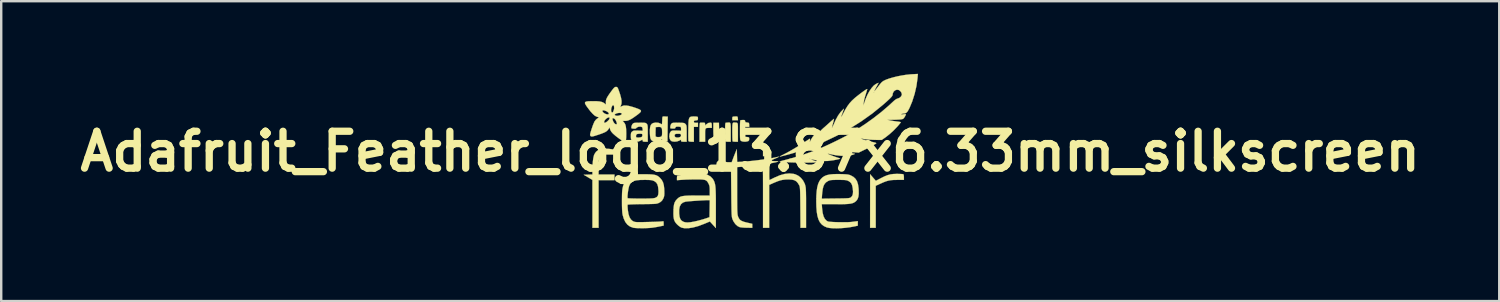
<source format=kicad_pcb>
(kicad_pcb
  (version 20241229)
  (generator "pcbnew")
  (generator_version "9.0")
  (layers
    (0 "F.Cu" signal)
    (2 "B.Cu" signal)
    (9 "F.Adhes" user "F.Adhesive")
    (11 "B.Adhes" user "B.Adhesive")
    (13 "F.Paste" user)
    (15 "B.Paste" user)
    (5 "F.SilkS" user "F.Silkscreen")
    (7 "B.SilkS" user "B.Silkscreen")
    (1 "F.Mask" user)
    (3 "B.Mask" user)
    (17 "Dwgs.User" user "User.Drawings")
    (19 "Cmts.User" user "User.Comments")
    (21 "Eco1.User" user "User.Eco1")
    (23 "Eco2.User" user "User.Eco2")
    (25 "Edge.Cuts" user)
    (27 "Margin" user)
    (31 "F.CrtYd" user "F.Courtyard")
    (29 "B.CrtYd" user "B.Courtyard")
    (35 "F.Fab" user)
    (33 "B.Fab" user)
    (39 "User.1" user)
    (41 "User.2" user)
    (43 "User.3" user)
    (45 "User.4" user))
  (footprint "Adafruit_Feather_logo_13.87x6.33mm_silkscreen"
    (layer "F.Cu")
    (at 27.947 3.208)
    (property "Reference" "Adafruit_Feather_logo_13.87x6.33mm_silkscreen" (at 0 0 0) (layer "F.SilkS") (effects (font (size 1.524 1.524) (thickness 0.3))))
    (attr exclude_from_pos_files exclude_from_bom)
    (fp_poly (pts (xy 0.783 0.019) (xy 0.782 0.09) (xy 0.771 0.132) (xy 0.742 0.157) (xy 0.687 0.171) (xy 0.627 0.181) (xy 0.529 0.195) (xy 0.529 -0.106) (xy 0.783 -0.106) (xy 0.783 0.019)) (stroke (width 0.01) (type solid)) (fill yes) (layer "F.SilkS"))
    (fp_poly (pts (xy -0.536 -1.444) (xy -0.519 -1.42) (xy -0.512 -1.371) (xy -0.505 -1.291) (xy -0.741 -1.291) (xy -0.741 -1.365) (xy -0.737 -1.415) (xy -0.718 -1.437) (xy -0.683 -1.442) (xy -0.616 -1.445) (xy -0.572 -1.447) (xy -0.536 -1.444)) (stroke (width 0.01) (type solid)) (fill yes) (layer "F.SilkS"))
    (fp_poly (pts (xy -0.635 -1.195) (xy -0.59 -1.193) (xy -0.558 -1.189) (xy -0.535 -1.178) (xy -0.52 -1.154) (xy -0.512 -1.111) (xy -0.509 -1.044) (xy -0.508 -0.946) (xy -0.508 -0.813) (xy -0.508 -0.794) (xy -0.508 -0.402) (xy -0.61 -0.402) (xy -0.673 -0.405) (xy -0.717 -0.412) (xy -0.727 -0.416) (xy -0.731 -0.441) (xy -0.735 -0.501) (xy -0.738 -0.589) (xy -0.74 -0.699) (xy -0.741 -0.806) (xy -0.741 -0.944) (xy -0.739 -1.045) (xy -0.734 -1.116) (xy -0.725 -1.16) (xy -0.711 -1.185) (xy -0.688 -1.195) (xy -0.657 -1.196) (xy -0.635 -1.195)) (stroke (width 0.01) (type solid)) (fill yes) (layer "F.SilkS"))
    (fp_poly (pts (xy -1.614 -1.188) (xy -1.596 -1.166) (xy -1.588 -1.104) (xy -1.587 -1.079) (xy -1.587 -0.974) (xy -1.692 -0.974) (xy -1.759 -0.973) (xy -1.806 -0.968) (xy -1.836 -0.95) (xy -1.853 -0.914) (xy -1.861 -0.854) (xy -1.863 -0.762) (xy -1.863 -0.675) (xy -1.863 -0.402) (xy -2.095 -0.402) (xy -2.095 -0.794) (xy -2.095 -0.94) (xy -2.092 -1.047) (xy -2.088 -1.122) (xy -2.082 -1.166) (xy -2.073 -1.186) (xy -2.069 -1.188) (xy -2.02 -1.19) (xy -1.956 -1.19) (xy -1.902 -1.189) (xy -1.889 -1.188) (xy -1.87 -1.168) (xy -1.863 -1.128) (xy -1.863 -1.072) (xy -1.803 -1.129) (xy -1.73 -1.177) (xy -1.645 -1.191) (xy -1.614 -1.188)) (stroke (width 0.01) (type solid)) (fill yes) (layer "F.SilkS"))
    (fp_poly (pts (xy 6.08 0.926) (xy 6.175 0.928) (xy 6.255 0.932) (xy 6.309 0.937) (xy 6.328 0.942) (xy 6.341 0.969) (xy 6.348 1.024) (xy 6.35 1.065) (xy 6.35 1.175) (xy 6.07 1.175) (xy 5.932 1.177) (xy 5.817 1.186) (xy 5.715 1.204) (xy 5.612 1.233) (xy 5.496 1.278) (xy 5.356 1.341) (xy 5.35 1.343) (xy 5.186 1.419) (xy 5.186 3.154) (xy 4.953 3.154) (xy 4.954 2.048) (xy 4.954 0.942) (xy 5.01 1.005) (xy 5.061 1.064) (xy 5.117 1.129) (xy 5.128 1.141) (xy 5.191 1.213) (xy 5.395 1.106) (xy 5.541 1.033) (xy 5.667 0.982) (xy 5.784 0.949) (xy 5.905 0.932) (xy 6.044 0.926) (xy 6.08 0.926)) (stroke (width 0.01) (type solid)) (fill yes) (layer "F.SilkS"))
    (fp_poly (pts (xy -2.232 -1.442) (xy -2.228 -1.442) (xy -2.182 -1.436) (xy -2.163 -1.415) (xy -2.159 -1.366) (xy -2.159 -1.365) (xy -2.164 -1.313) (xy -2.184 -1.292) (xy -2.201 -1.289) (xy -2.247 -1.284) (xy -2.265 -1.281) (xy -2.306 -1.273) (xy -2.307 -1.273) (xy -2.324 -1.253) (xy -2.328 -1.228) (xy -2.321 -1.2) (xy -2.293 -1.188) (xy -2.244 -1.185) (xy -2.159 -1.185) (xy -2.159 -1.016) (xy -2.328 -1.016) (xy -2.328 -0.402) (xy -2.435 -0.402) (xy -2.51 -0.408) (xy -2.548 -0.425) (xy -2.553 -0.433) (xy -2.556 -0.462) (xy -2.558 -0.528) (xy -2.56 -0.622) (xy -2.56 -0.738) (xy -2.558 -0.869) (xy -2.558 -0.909) (xy -2.555 -1.074) (xy -2.551 -1.203) (xy -2.542 -1.298) (xy -2.525 -1.365) (xy -2.499 -1.409) (xy -2.459 -1.434) (xy -2.403 -1.444) (xy -2.329 -1.446) (xy -2.232 -1.442)) (stroke (width 0.01) (type solid)) (fill yes) (layer "F.SilkS"))
    (fp_poly (pts (xy -5.858 -0.109) (xy -5.827 -0.106) (xy -5.726 -0.093) (xy -5.63 -0.078) (xy -5.554 -0.065) (xy -5.53 -0.059) (xy -5.474 -0.043) (xy -5.448 -0.022) (xy -5.44 0.017) (xy -5.44 0.045) (xy -5.44 0.127) (xy -5.776 0.127) (xy -5.904 0.127) (xy -5.997 0.129) (xy -6.062 0.133) (xy -6.106 0.14) (xy -6.137 0.151) (xy -6.162 0.166) (xy -6.167 0.17) (xy -6.203 0.207) (xy -6.229 0.257) (xy -6.247 0.326) (xy -6.259 0.42) (xy -6.264 0.546) (xy -6.265 0.661) (xy -6.265 0.953) (xy -5.609 0.953) (xy -5.609 1.185) (xy -6.265 1.185) (xy -6.265 3.154) (xy -6.519 3.154) (xy -6.52 1.175) (xy -6.88 0.963) (xy -6.519 0.951) (xy -6.519 0.756) (xy -6.514 0.575) (xy -6.502 0.412) (xy -6.483 0.273) (xy -6.458 0.165) (xy -6.436 0.109) (xy -6.37 0.012) (xy -6.283 -0.057) (xy -6.17 -0.1) (xy -6.03 -0.117) (xy -5.858 -0.109)) (stroke (width 0.01) (type solid)) (fill yes) (layer "F.SilkS"))
    (fp_poly (pts (xy -0.252 -1.3) (xy -0.223 -1.289) (xy -0.212 -1.266) (xy -0.212 -1.255) (xy -0.2 -1.215) (xy -0.18 -1.204) (xy -0.137 -1.198) (xy -0.127 -1.196) (xy -0.087 -1.189) (xy -0.074 -1.188) (xy -0.052 -1.171) (xy -0.043 -1.119) (xy -0.042 -1.101) (xy -0.042 -1.016) (xy -0.213 -1.016) (xy -0.207 -0.81) (xy -0.201 -0.603) (xy -0.122 -0.597) (xy -0.07 -0.589) (xy -0.047 -0.57) (xy -0.042 -0.528) (xy -0.042 -0.517) (xy -0.049 -0.462) (xy -0.076 -0.432) (xy -0.097 -0.423) (xy -0.174 -0.406) (xy -0.26 -0.404) (xy -0.337 -0.417) (xy -0.376 -0.435) (xy -0.392 -0.448) (xy -0.404 -0.464) (xy -0.413 -0.491) (xy -0.418 -0.533) (xy -0.421 -0.596) (xy -0.423 -0.688) (xy -0.423 -0.813) (xy -0.423 -0.88) (xy -0.423 -1.03) (xy -0.421 -1.141) (xy -0.417 -1.219) (xy -0.411 -1.268) (xy -0.402 -1.29) (xy -0.397 -1.294) (xy -0.307 -1.301) (xy -0.252 -1.3)) (stroke (width 0.01) (type solid)) (fill yes) (layer "F.SilkS"))
    (fp_poly (pts (xy -0.851 -1.194) (xy -0.83 -1.18) (xy -0.817 -1.149) (xy -0.809 -1.097) (xy -0.805 -1.017) (xy -0.804 -0.905) (xy -0.804 -0.791) (xy -0.804 -0.402) (xy -0.921 -0.402) (xy -0.987 -0.404) (xy -1.022 -0.411) (xy -1.035 -0.429) (xy -1.037 -0.454) (xy -1.037 -0.507) (xy -1.114 -0.454) (xy -1.207 -0.413) (xy -1.309 -0.403) (xy -1.405 -0.424) (xy -1.418 -0.429) (xy -1.456 -0.454) (xy -1.484 -0.487) (xy -1.503 -0.535) (xy -1.515 -0.605) (xy -1.521 -0.703) (xy -1.524 -0.835) (xy -1.524 -0.873) (xy -1.524 -1.185) (xy -1.292 -1.185) (xy -1.286 -0.894) (xy -1.281 -0.603) (xy -1.209 -0.596) (xy -1.143 -0.595) (xy -1.087 -0.602) (xy -1.067 -0.608) (xy -1.053 -0.62) (xy -1.045 -0.645) (xy -1.04 -0.689) (xy -1.038 -0.759) (xy -1.037 -0.863) (xy -1.037 -0.9) (xy -1.036 -1.023) (xy -1.033 -1.108) (xy -1.026 -1.16) (xy -1.017 -1.184) (xy -1.011 -1.187) (xy -0.971 -1.19) (xy -0.921 -1.194) (xy -0.881 -1.197) (xy -0.851 -1.194)) (stroke (width 0.01) (type solid)) (fill yes) (layer "F.SilkS"))
    (fp_poly (pts (xy -3.577 -1.447) (xy -3.513 -1.444) (xy -3.466 -1.442) (xy -3.407 -1.439) (xy -3.413 -0.926) (xy -3.418 -0.413) (xy -3.53 -0.406) (xy -3.594 -0.404) (xy -3.627 -0.409) (xy -3.639 -0.427) (xy -3.641 -0.453) (xy -3.641 -0.507) (xy -3.718 -0.454) (xy -3.809 -0.414) (xy -3.913 -0.403) (xy -4.01 -0.422) (xy -4.011 -0.422) (xy -4.064 -0.451) (xy -4.1 -0.49) (xy -4.124 -0.549) (xy -4.138 -0.635) (xy -4.145 -0.742) (xy -3.913 -0.742) (xy -3.912 -0.671) (xy -3.908 -0.627) (xy -3.907 -0.621) (xy -3.88 -0.603) (xy -3.827 -0.594) (xy -3.763 -0.595) (xy -3.704 -0.605) (xy -3.682 -0.615) (xy -3.661 -0.631) (xy -3.648 -0.661) (xy -3.642 -0.712) (xy -3.641 -0.795) (xy -3.641 -0.804) (xy -3.644 -0.903) (xy -3.659 -0.966) (xy -3.69 -1.001) (xy -3.743 -1.014) (xy -3.816 -1.012) (xy -3.905 -1.005) (xy -3.911 -0.827) (xy -3.913 -0.742) (xy -4.145 -0.742) (xy -4.145 -0.751) (xy -4.146 -0.899) (xy -4.135 -1.01) (xy -4.109 -1.09) (xy -4.066 -1.144) (xy -4.003 -1.176) (xy -3.917 -1.192) (xy -3.909 -1.193) (xy -3.802 -1.187) (xy -3.73 -1.161) (xy -3.681 -1.137) (xy -3.651 -1.123) (xy -3.648 -1.122) (xy -3.644 -1.141) (xy -3.641 -1.193) (xy -3.637 -1.266) (xy -3.636 -1.286) (xy -3.633 -1.368) (xy -3.627 -1.417) (xy -3.616 -1.44) (xy -3.597 -1.447) (xy -3.577 -1.447)) (stroke (width 0.01) (type solid)) (fill yes) (layer "F.SilkS"))
    (fp_poly (pts (xy -2.946 -1.187) (xy -2.921 -1.187) (xy -2.826 -1.184) (xy -2.763 -1.179) (xy -2.722 -1.169) (xy -2.694 -1.152) (xy -2.672 -1.13) (xy -2.654 -1.108) (xy -2.642 -1.083) (xy -2.633 -1.048) (xy -2.628 -0.996) (xy -2.626 -0.919) (xy -2.625 -0.811) (xy -2.625 -0.74) (xy -2.625 -0.402) (xy -2.741 -0.402) (xy -2.808 -0.404) (xy -2.843 -0.412) (xy -2.856 -0.43) (xy -2.857 -0.445) (xy -2.857 -0.487) (xy -2.937 -0.445) (xy -3.021 -0.415) (xy -3.119 -0.404) (xy -3.21 -0.413) (xy -3.252 -0.427) (xy -3.302 -0.472) (xy -3.332 -0.54) (xy -3.344 -0.622) (xy -3.343 -0.632) (xy -3.124 -0.632) (xy -3.094 -0.595) (xy -3.039 -0.575) (xy -2.967 -0.577) (xy -2.91 -0.593) (xy -2.87 -0.618) (xy -2.86 -0.659) (xy -2.861 -0.672) (xy -2.869 -0.708) (xy -2.891 -0.725) (xy -2.937 -0.731) (xy -2.963 -0.731) (xy -3.041 -0.73) (xy -3.086 -0.721) (xy -3.111 -0.703) (xy -3.12 -0.685) (xy -3.124 -0.632) (xy -3.343 -0.632) (xy -3.337 -0.707) (xy -3.313 -0.782) (xy -3.271 -0.837) (xy -3.23 -0.859) (xy -3.184 -0.864) (xy -3.111 -0.866) (xy -3.026 -0.865) (xy -3.018 -0.864) (xy -2.857 -0.857) (xy -2.857 -0.937) (xy -2.864 -0.993) (xy -2.882 -1.018) (xy -2.884 -1.018) (xy -2.923 -1.021) (xy -2.974 -1.026) (xy -3.047 -1.025) (xy -3.084 -1.005) (xy -3.09 -0.982) (xy -3.106 -0.954) (xy -3.117 -0.95) (xy -3.158 -0.948) (xy -3.216 -0.948) (xy -3.267 -0.949) (xy -3.286 -0.95) (xy -3.301 -0.971) (xy -3.303 -1.016) (xy -3.294 -1.071) (xy -3.275 -1.121) (xy -3.26 -1.143) (xy -3.238 -1.163) (xy -3.215 -1.176) (xy -3.182 -1.184) (xy -3.131 -1.188) (xy -3.055 -1.189) (xy -2.946 -1.187)) (stroke (width 0.01) (type solid)) (fill yes) (layer "F.SilkS"))
    (fp_poly (pts (xy -4.421 -1.188) (xy -4.364 -1.184) (xy -4.326 -1.177) (xy -4.3 -1.164) (xy -4.279 -1.146) (xy -4.276 -1.143) (xy -4.26 -1.124) (xy -4.249 -1.1) (xy -4.241 -1.063) (xy -4.236 -1.006) (xy -4.234 -0.924) (xy -4.233 -0.809) (xy -4.233 -0.751) (xy -4.233 -0.402) (xy -4.339 -0.402) (xy -4.403 -0.404) (xy -4.434 -0.414) (xy -4.445 -0.435) (xy -4.445 -0.445) (xy -4.447 -0.475) (xy -4.461 -0.484) (xy -4.494 -0.469) (xy -4.534 -0.445) (xy -4.618 -0.412) (xy -4.714 -0.401) (xy -4.805 -0.413) (xy -4.876 -0.446) (xy -4.906 -0.474) (xy -4.923 -0.506) (xy -4.93 -0.555) (xy -4.932 -0.633) (xy -4.721 -0.633) (xy -4.71 -0.59) (xy -4.706 -0.586) (xy -4.674 -0.576) (xy -4.616 -0.574) (xy -4.549 -0.582) (xy -4.508 -0.59) (xy -4.469 -0.612) (xy -4.456 -0.656) (xy -4.456 -0.668) (xy -4.459 -0.706) (xy -4.475 -0.725) (xy -4.517 -0.731) (xy -4.551 -0.733) (xy -4.618 -0.73) (xy -4.671 -0.72) (xy -4.683 -0.716) (xy -4.71 -0.683) (xy -4.721 -0.633) (xy -4.932 -0.633) (xy -4.932 -0.633) (xy -4.932 -0.635) (xy -4.93 -0.714) (xy -4.923 -0.763) (xy -4.907 -0.796) (xy -4.877 -0.824) (xy -4.874 -0.826) (xy -4.841 -0.849) (xy -4.805 -0.861) (xy -4.754 -0.866) (xy -4.678 -0.866) (xy -4.63 -0.863) (xy -4.445 -0.855) (xy -4.445 -0.924) (xy -4.457 -0.986) (xy -4.482 -1.012) (xy -4.544 -1.027) (xy -4.616 -1.02) (xy -4.676 -0.995) (xy -4.698 -0.976) (xy -4.719 -0.954) (xy -4.745 -0.943) (xy -4.787 -0.941) (xy -4.857 -0.946) (xy -4.895 -0.951) (xy -4.91 -0.97) (xy -4.91 -1.014) (xy -4.897 -1.068) (xy -4.874 -1.117) (xy -4.863 -1.132) (xy -4.837 -1.158) (xy -4.808 -1.174) (xy -4.765 -1.183) (xy -4.699 -1.187) (xy -4.625 -1.188) (xy -4.506 -1.189) (xy -4.421 -1.188)) (stroke (width 0.01) (type solid)) (fill yes) (layer "F.SilkS"))
    (fp_poly (pts (xy -2.033 0.905) (xy -1.935 0.914) (xy -1.914 0.917) (xy -1.76 0.965) (xy -1.636 1.038) (xy -1.545 1.135) (xy -1.531 1.158) (xy -1.504 1.206) (xy -1.482 1.255) (xy -1.465 1.31) (xy -1.45 1.374) (xy -1.439 1.452) (xy -1.431 1.548) (xy -1.426 1.666) (xy -1.422 1.812) (xy -1.42 1.988) (xy -1.42 2.201) (xy -1.42 2.339) (xy -1.42 3.164) (xy -1.543 3.029) (xy -1.666 2.893) (xy -1.897 2.989) (xy -2.143 3.082) (xy -2.364 3.142) (xy -2.559 3.172) (xy -2.727 3.17) (xy -2.836 3.147) (xy -2.889 3.12) (xy -2.956 3.072) (xy -3.019 3.016) (xy -3.08 2.948) (xy -3.124 2.877) (xy -3.153 2.797) (xy -3.169 2.698) (xy -3.174 2.573) (xy -3.171 2.433) (xy -3.17 2.41) (xy -2.937 2.41) (xy -2.936 2.571) (xy -2.92 2.696) (xy -2.89 2.787) (xy -2.843 2.852) (xy -2.774 2.898) (xy -2.766 2.902) (xy -2.69 2.926) (xy -2.594 2.934) (xy -2.473 2.925) (xy -2.324 2.899) (xy -2.186 2.868) (xy -2.076 2.839) (xy -1.961 2.807) (xy -1.861 2.776) (xy -1.831 2.767) (xy -1.683 2.716) (xy -1.677 2.363) (xy -1.671 2.011) (xy -1.719 2.011) (xy -1.792 2.012) (xy -1.894 2.017) (xy -2.014 2.023) (xy -2.145 2.031) (xy -2.279 2.04) (xy -2.407 2.049) (xy -2.52 2.058) (xy -2.611 2.067) (xy -2.67 2.074) (xy -2.68 2.076) (xy -2.785 2.114) (xy -2.862 2.181) (xy -2.913 2.28) (xy -2.937 2.41) (xy -3.17 2.41) (xy -3.163 2.294) (xy -3.147 2.188) (xy -3.121 2.105) (xy -3.08 2.034) (xy -3.022 1.967) (xy -3.009 1.955) (xy -2.966 1.917) (xy -2.92 1.887) (xy -2.866 1.863) (xy -2.798 1.846) (xy -2.712 1.834) (xy -2.601 1.826) (xy -2.461 1.822) (xy -2.287 1.82) (xy -2.197 1.82) (xy -1.672 1.82) (xy -1.672 1.624) (xy -1.674 1.52) (xy -1.681 1.446) (xy -1.696 1.388) (xy -1.72 1.334) (xy -1.754 1.272) (xy -1.788 1.226) (xy -1.83 1.194) (xy -1.886 1.173) (xy -1.962 1.161) (xy -2.066 1.155) (xy -2.204 1.154) (xy -2.229 1.154) (xy -2.369 1.155) (xy -2.515 1.158) (xy -2.654 1.162) (xy -2.77 1.168) (xy -2.799 1.17) (xy -3.027 1.187) (xy -3.027 1.091) (xy -3.023 1.034) (xy -3.012 0.999) (xy -3.006 0.995) (xy -2.976 0.992) (xy -2.916 0.983) (xy -2.836 0.97) (xy -2.799 0.964) (xy -2.639 0.94) (xy -2.474 0.922) (xy -2.311 0.91) (xy -2.161 0.904) (xy -2.033 0.905)) (stroke (width 0.01) (type solid)) (fill yes) (layer "F.SilkS"))
    (fp_poly (pts (xy 3.728 0.935) (xy 3.859 0.939) (xy 3.955 0.945) (xy 4.027 0.952) (xy 4.082 0.963) (xy 4.13 0.979) (xy 4.159 0.992) (xy 4.268 1.053) (xy 4.351 1.131) (xy 4.412 1.23) (xy 4.453 1.356) (xy 4.476 1.514) (xy 4.482 1.604) (xy 4.483 1.755) (xy 4.469 1.872) (xy 4.438 1.963) (xy 4.387 2.035) (xy 4.358 2.063) (xy 4.314 2.095) (xy 4.267 2.122) (xy 4.21 2.142) (xy 4.138 2.157) (xy 4.048 2.168) (xy 3.932 2.175) (xy 3.787 2.179) (xy 3.607 2.18) (xy 3.517 2.18) (xy 2.957 2.18) (xy 2.97 2.355) (xy 2.992 2.537) (xy 3.03 2.681) (xy 3.085 2.789) (xy 3.157 2.863) (xy 3.209 2.892) (xy 3.252 2.901) (xy 3.328 2.908) (xy 3.431 2.915) (xy 3.552 2.92) (xy 3.683 2.923) (xy 3.817 2.924) (xy 3.944 2.923) (xy 4.057 2.921) (xy 4.148 2.915) (xy 4.186 2.912) (xy 4.268 2.901) (xy 4.351 2.89) (xy 4.36 2.889) (xy 4.445 2.878) (xy 4.445 3.066) (xy 4.292 3.099) (xy 4.12 3.131) (xy 3.938 3.154) (xy 3.756 3.169) (xy 3.58 3.176) (xy 3.42 3.173) (xy 3.282 3.162) (xy 3.177 3.141) (xy 3.161 3.136) (xy 3.048 3.085) (xy 2.955 3.016) (xy 2.879 2.926) (xy 2.821 2.811) (xy 2.778 2.667) (xy 2.749 2.492) (xy 2.733 2.283) (xy 2.728 2.064) (xy 2.73 1.95) (xy 2.957 1.95) (xy 3.53 1.943) (xy 3.701 1.941) (xy 3.836 1.939) (xy 3.938 1.936) (xy 4.014 1.932) (xy 4.068 1.927) (xy 4.105 1.92) (xy 4.132 1.911) (xy 4.153 1.9) (xy 4.163 1.892) (xy 4.212 1.838) (xy 4.24 1.762) (xy 4.248 1.659) (xy 4.237 1.531) (xy 4.215 1.415) (xy 4.183 1.332) (xy 4.134 1.271) (xy 4.063 1.223) (xy 4.052 1.217) (xy 4.015 1.201) (xy 3.973 1.189) (xy 3.919 1.181) (xy 3.845 1.177) (xy 3.742 1.175) (xy 3.641 1.175) (xy 3.513 1.175) (xy 3.42 1.177) (xy 3.352 1.182) (xy 3.301 1.19) (xy 3.259 1.203) (xy 3.218 1.221) (xy 3.213 1.224) (xy 3.134 1.274) (xy 3.073 1.341) (xy 3.028 1.43) (xy 2.997 1.547) (xy 2.976 1.698) (xy 2.97 1.763) (xy 2.957 1.95) (xy 2.73 1.95) (xy 2.732 1.832) (xy 2.746 1.638) (xy 2.77 1.476) (xy 2.806 1.342) (xy 2.854 1.233) (xy 2.915 1.143) (xy 2.918 1.14) (xy 2.989 1.07) (xy 3.071 1.016) (xy 3.169 0.977) (xy 3.29 0.951) (xy 3.438 0.937) (xy 3.62 0.933) (xy 3.728 0.935)) (stroke (width 0.01) (type solid)) (fill yes) (layer "F.SilkS"))
    (fp_poly (pts (xy -4.236 0.943) (xy -4.104 0.947) (xy -4.002 0.956) (xy -3.922 0.972) (xy -3.858 0.995) (xy -3.803 1.027) (xy -3.751 1.07) (xy -3.722 1.098) (xy -3.652 1.182) (xy -3.602 1.278) (xy -3.57 1.394) (xy -3.553 1.539) (xy -3.549 1.648) (xy -3.548 1.748) (xy -3.553 1.82) (xy -3.564 1.874) (xy -3.583 1.925) (xy -3.599 1.958) (xy -3.648 2.035) (xy -3.71 2.089) (xy -3.757 2.116) (xy -3.789 2.132) (xy -3.819 2.144) (xy -3.853 2.153) (xy -3.896 2.161) (xy -3.953 2.166) (xy -4.031 2.169) (xy -4.135 2.172) (xy -4.269 2.174) (xy -4.44 2.176) (xy -4.455 2.176) (xy -4.609 2.178) (xy -4.75 2.181) (xy -4.871 2.185) (xy -4.967 2.189) (xy -5.033 2.193) (xy -5.063 2.197) (xy -5.064 2.198) (xy -5.068 2.224) (xy -5.068 2.282) (xy -5.062 2.363) (xy -5.057 2.414) (xy -5.031 2.58) (xy -4.99 2.71) (xy -4.934 2.805) (xy -4.862 2.87) (xy -4.841 2.882) (xy -4.812 2.896) (xy -4.783 2.906) (xy -4.748 2.913) (xy -4.7 2.918) (xy -4.635 2.92) (xy -4.547 2.92) (xy -4.429 2.919) (xy -4.277 2.915) (xy -4.224 2.914) (xy -4.075 2.91) (xy -3.938 2.906) (xy -3.818 2.901) (xy -3.723 2.896) (xy -3.659 2.891) (xy -3.635 2.888) (xy -3.6 2.882) (xy -3.583 2.892) (xy -3.578 2.93) (xy -3.577 2.968) (xy -3.577 3.063) (xy -3.741 3.097) (xy -3.847 3.118) (xy -3.963 3.137) (xy -4.055 3.151) (xy -4.149 3.16) (xy -4.265 3.166) (xy -4.392 3.17) (xy -4.521 3.17) (xy -4.642 3.168) (xy -4.744 3.163) (xy -4.816 3.155) (xy -4.832 3.152) (xy -4.965 3.103) (xy -5.074 3.024) (xy -5.161 2.913) (xy -5.229 2.767) (xy -5.273 2.612) (xy -5.285 2.528) (xy -5.294 2.403) (xy -5.299 2.237) (xy -5.3 2.043) (xy -5.299 1.902) (xy -5.071 1.902) (xy -5.067 1.93) (xy -5.044 1.935) (xy -4.984 1.939) (xy -4.894 1.942) (xy -4.778 1.945) (xy -4.644 1.947) (xy -4.529 1.947) (xy -4.357 1.947) (xy -4.222 1.945) (xy -4.118 1.942) (xy -4.04 1.938) (xy -3.983 1.931) (xy -3.942 1.922) (xy -3.918 1.914) (xy -3.858 1.881) (xy -3.818 1.833) (xy -3.797 1.764) (xy -3.79 1.665) (xy -3.793 1.594) (xy -3.807 1.459) (xy -3.836 1.359) (xy -3.883 1.286) (xy -3.951 1.233) (xy -3.978 1.22) (xy -4.022 1.201) (xy -4.068 1.189) (xy -4.126 1.181) (xy -4.203 1.177) (xy -4.309 1.175) (xy -4.381 1.175) (xy -4.554 1.178) (xy -4.691 1.191) (xy -4.796 1.215) (xy -4.876 1.253) (xy -4.936 1.306) (xy -4.981 1.378) (xy -5.006 1.439) (xy -5.021 1.497) (xy -5.037 1.576) (xy -5.051 1.667) (xy -5.062 1.759) (xy -5.07 1.841) (xy -5.071 1.902) (xy -5.299 1.902) (xy -5.299 1.887) (xy -5.297 1.765) (xy -5.293 1.671) (xy -5.286 1.595) (xy -5.277 1.531) (xy -5.263 1.471) (xy -5.254 1.434) (xy -5.206 1.291) (xy -5.148 1.182) (xy -5.072 1.098) (xy -4.973 1.031) (xy -4.937 1.012) (xy -4.795 0.942) (xy -4.403 0.942) (xy -4.236 0.943)) (stroke (width 0.01) (type solid)) (fill yes) (layer "F.SilkS"))
    (fp_poly (pts (xy -0.546 0.169) (xy -0.54 0.434) (xy -0.476 0.432) (xy -0.314 0.424) (xy -0.127 0.409) (xy 0.077 0.389) (xy 0.289 0.365) (xy 0.5 0.337) (xy 0.702 0.308) (xy 0.886 0.277) (xy 1.043 0.246) (xy 1.154 0.22) (xy 1.182 0.215) (xy 1.176 0.224) (xy 1.141 0.244) (xy 1.083 0.271) (xy 1.007 0.303) (xy 0.987 0.311) (xy 0.913 0.344) (xy 0.877 0.368) (xy 0.882 0.385) (xy 0.927 0.395) (xy 1.014 0.4) (xy 1.046 0.401) (xy 1.11 0.404) (xy 1.15 0.409) (xy 1.158 0.416) (xy 1.132 0.426) (xy 1.075 0.442) (xy 0.998 0.459) (xy 0.969 0.465) (xy 0.794 0.501) (xy 0.788 0.845) (xy 0.787 0.96) (xy 0.788 1.057) (xy 0.791 1.131) (xy 0.795 1.173) (xy 0.799 1.181) (xy 0.823 1.169) (xy 0.877 1.142) (xy 0.952 1.105) (xy 1.016 1.074) (xy 1.231 0.982) (xy 1.431 0.927) (xy 1.617 0.908) (xy 1.793 0.926) (xy 1.862 0.944) (xy 1.982 1) (xy 2.093 1.089) (xy 2.185 1.202) (xy 2.252 1.332) (xy 2.263 1.364) (xy 2.274 1.402) (xy 2.283 1.441) (xy 2.291 1.484) (xy 2.296 1.537) (xy 2.3 1.603) (xy 2.303 1.688) (xy 2.305 1.796) (xy 2.307 1.933) (xy 2.307 2.101) (xy 2.307 2.307) (xy 2.307 2.331) (xy 2.307 3.154) (xy 2.077 3.154) (xy 2.071 2.312) (xy 2.069 2.1) (xy 2.067 1.925) (xy 2.065 1.785) (xy 2.062 1.674) (xy 2.059 1.589) (xy 2.054 1.524) (xy 2.049 1.477) (xy 2.042 1.443) (xy 2.034 1.417) (xy 2.024 1.397) (xy 1.964 1.299) (xy 1.899 1.23) (xy 1.82 1.187) (xy 1.72 1.163) (xy 1.589 1.156) (xy 1.556 1.156) (xy 1.438 1.161) (xy 1.332 1.175) (xy 1.228 1.199) (xy 1.113 1.239) (xy 0.977 1.295) (xy 0.93 1.316) (xy 0.783 1.382) (xy 0.783 3.154) (xy 0.529 3.154) (xy 0.529 1.852) (xy 0.529 1.585) (xy 0.529 1.357) (xy 0.528 1.164) (xy 0.528 1.006) (xy 0.526 0.876) (xy 0.525 0.774) (xy 0.522 0.696) (xy 0.519 0.638) (xy 0.515 0.598) (xy 0.511 0.572) (xy 0.505 0.558) (xy 0.498 0.552) (xy 0.492 0.551) (xy 0.453 0.554) (xy 0.387 0.561) (xy 0.307 0.571) (xy 0.307 0.571) (xy -0.018 0.607) (xy -0.339 0.632) (xy -0.54 0.646) (xy -0.54 1.619) (xy -0.54 1.85) (xy -0.539 2.042) (xy -0.538 2.2) (xy -0.537 2.327) (xy -0.535 2.428) (xy -0.531 2.507) (xy -0.527 2.567) (xy -0.522 2.612) (xy -0.515 2.647) (xy -0.507 2.676) (xy -0.501 2.693) (xy -0.465 2.769) (xy -0.42 2.826) (xy -0.356 2.869) (xy -0.267 2.905) (xy -0.144 2.937) (xy -0.13 2.94) (xy 0.085 2.989) (xy 0.085 3.154) (xy -0.132 3.152) (xy -0.234 3.149) (xy -0.329 3.142) (xy -0.404 3.133) (xy -0.431 3.128) (xy -0.522 3.084) (xy -0.609 3.006) (xy -0.683 2.903) (xy -0.723 2.823) (xy -0.734 2.794) (xy -0.744 2.765) (xy -0.752 2.734) (xy -0.758 2.695) (xy -0.763 2.646) (xy -0.768 2.582) (xy -0.771 2.498) (xy -0.774 2.392) (xy -0.776 2.26) (xy -0.779 2.096) (xy -0.781 1.898) (xy -0.783 1.672) (xy -0.794 0.646) (xy -0.904 0.639) (xy -0.983 0.64) (xy -1.039 0.656) (xy -1.078 0.68) (xy -1.161 0.721) (xy -1.243 0.726) (xy -1.315 0.7) (xy -1.368 0.646) (xy -1.395 0.567) (xy -1.397 0.54) (xy -1.38 0.456) (xy -1.333 0.394) (xy -1.265 0.36) (xy -1.186 0.355) (xy -1.102 0.384) (xy -1.076 0.402) (xy -1.021 0.43) (xy -0.948 0.443) (xy -0.892 0.445) (xy -0.766 0.445) (xy -0.708 0.291) (xy -0.672 0.196) (xy -0.633 0.097) (xy -0.602 0.021) (xy -0.553 -0.095) (xy -0.546 0.169)) (stroke (width 0.01) (type solid)) (fill yes) (layer "F.SilkS"))
    (fp_poly (pts (xy -5.51 -2.663) (xy -5.484 -2.643) (xy -5.46 -2.598) (xy -5.444 -2.556) (xy -5.379 -2.37) (xy -5.337 -2.216) (xy -5.316 -2.091) (xy -5.317 -1.991) (xy -5.337 -1.912) (xy -5.343 -1.9) (xy -5.364 -1.859) (xy -5.363 -1.845) (xy -5.336 -1.855) (xy -5.292 -1.876) (xy -5.22 -1.898) (xy -5.126 -1.899) (xy -5.007 -1.88) (xy -4.859 -1.84) (xy -4.752 -1.805) (xy -4.634 -1.763) (xy -4.556 -1.727) (xy -4.516 -1.693) (xy -4.514 -1.655) (xy -4.549 -1.608) (xy -4.619 -1.548) (xy -4.692 -1.493) (xy -4.82 -1.402) (xy -4.923 -1.336) (xy -5.01 -1.294) (xy -5.087 -1.27) (xy -5.16 -1.263) (xy -5.171 -1.263) (xy -5.272 -1.264) (xy -5.23 -1.219) (xy -5.188 -1.166) (xy -5.158 -1.105) (xy -5.139 -1.028) (xy -5.127 -0.927) (xy -5.123 -0.794) (xy -5.122 -0.735) (xy -5.124 -0.596) (xy -5.131 -0.496) (xy -5.147 -0.434) (xy -5.177 -0.407) (xy -5.225 -0.413) (xy -5.295 -0.45) (xy -5.39 -0.514) (xy -5.44 -0.55) (xy -5.573 -0.652) (xy -5.672 -0.739) (xy -5.739 -0.815) (xy -5.779 -0.883) (xy -5.791 -0.925) (xy -5.805 -0.997) (xy -5.854 -0.925) (xy -5.891 -0.877) (xy -5.934 -0.837) (xy -5.991 -0.801) (xy -6.069 -0.766) (xy -6.176 -0.725) (xy -6.262 -0.696) (xy -6.379 -0.658) (xy -6.463 -0.632) (xy -6.52 -0.62) (xy -6.558 -0.618) (xy -6.584 -0.627) (xy -6.604 -0.646) (xy -6.605 -0.647) (xy -6.615 -0.668) (xy -6.616 -0.699) (xy -6.607 -0.749) (xy -6.586 -0.824) (xy -6.553 -0.928) (xy -6.506 -1.065) (xy -6.465 -1.169) (xy -6.436 -1.227) (xy -6.038 -1.227) (xy -6.033 -1.192) (xy -6.003 -1.185) (xy -5.952 -1.207) (xy -5.907 -1.241) (xy -5.844 -1.303) (xy -5.812 -1.354) (xy -5.693 -1.354) (xy -5.686 -1.312) (xy -5.661 -1.239) (xy -5.622 -1.176) (xy -5.576 -1.133) (xy -5.542 -1.122) (xy -5.512 -1.128) (xy -5.508 -1.156) (xy -5.513 -1.18) (xy -5.544 -1.265) (xy -5.587 -1.331) (xy -5.635 -1.368) (xy -5.65 -1.372) (xy -5.683 -1.373) (xy -5.693 -1.354) (xy -5.812 -1.354) (xy -5.811 -1.356) (xy -5.812 -1.395) (xy -5.816 -1.401) (xy -5.85 -1.408) (xy -5.899 -1.389) (xy -5.953 -1.352) (xy -6 -1.303) (xy -6.011 -1.286) (xy -6.038 -1.227) (xy -6.436 -1.227) (xy -6.427 -1.245) (xy -6.386 -1.301) (xy -6.341 -1.345) (xy -6.315 -1.363) (xy -6.243 -1.413) (xy -6.302 -1.424) (xy -6.372 -1.449) (xy -6.446 -1.498) (xy -6.459 -1.51) (xy -5.601 -1.51) (xy -5.578 -1.49) (xy -5.524 -1.473) (xy -5.451 -1.476) (xy -5.375 -1.497) (xy -5.337 -1.517) (xy -5.304 -1.546) (xy -5.308 -1.57) (xy -5.311 -1.573) (xy -5.354 -1.591) (xy -5.419 -1.594) (xy -5.491 -1.583) (xy -5.553 -1.56) (xy -5.559 -1.556) (xy -5.597 -1.529) (xy -5.601 -1.51) (xy -6.459 -1.51) (xy -6.527 -1.575) (xy -6.6 -1.661) (xy -6.108 -1.661) (xy -6.082 -1.62) (xy -6.024 -1.575) (xy -6.016 -1.57) (xy -5.94 -1.535) (xy -5.882 -1.525) (xy -5.848 -1.541) (xy -5.842 -1.564) (xy -5.863 -1.609) (xy -5.922 -1.653) (xy -6.003 -1.688) (xy -6.068 -1.701) (xy -6.104 -1.69) (xy -6.108 -1.661) (xy -6.6 -1.661) (xy -6.62 -1.683) (xy -6.653 -1.725) (xy -5.748 -1.725) (xy -5.744 -1.666) (xy -5.729 -1.625) (xy -5.705 -1.609) (xy -5.676 -1.625) (xy -5.657 -1.656) (xy -5.623 -1.759) (xy -5.624 -1.851) (xy -5.631 -1.874) (xy -5.65 -1.912) (xy -5.671 -1.914) (xy -5.683 -1.905) (xy -5.709 -1.868) (xy -5.733 -1.811) (xy -5.737 -1.797) (xy -5.748 -1.725) (xy -6.653 -1.725) (xy -6.661 -1.736) (xy -6.747 -1.85) (xy -6.803 -1.935) (xy -6.829 -1.996) (xy -6.823 -2.036) (xy -6.781 -2.06) (xy -6.702 -2.073) (xy -6.585 -2.077) (xy -6.496 -2.078) (xy -6.346 -2.076) (xy -6.231 -2.067) (xy -6.142 -2.049) (xy -6.073 -2.022) (xy -6.016 -1.982) (xy -6.001 -1.969) (xy -5.975 -1.946) (xy -5.964 -1.948) (xy -5.962 -1.981) (xy -5.964 -2.028) (xy -5.963 -2.088) (xy -5.95 -2.147) (xy -5.922 -2.213) (xy -5.876 -2.293) (xy -5.809 -2.393) (xy -5.741 -2.487) (xy -5.679 -2.569) (xy -5.634 -2.622) (xy -5.6 -2.652) (xy -5.569 -2.665) (xy -5.547 -2.667) (xy -5.51 -2.663)) (stroke (width 0.01) (type solid)) (fill yes) (layer "F.SilkS"))
    (fp_poly (pts (xy 6.912 -3.025) (xy 6.868 -2.705) (xy 6.793 -2.379) (xy 6.691 -2.06) (xy 6.589 -1.816) (xy 6.536 -1.711) (xy 6.491 -1.639) (xy 6.446 -1.596) (xy 6.394 -1.573) (xy 6.329 -1.566) (xy 6.32 -1.566) (xy 6.268 -1.556) (xy 6.244 -1.544) (xy 6.238 -1.533) (xy 6.27 -1.531) (xy 6.324 -1.537) (xy 6.385 -1.542) (xy 6.426 -1.539) (xy 6.435 -1.534) (xy 6.425 -1.507) (xy 6.4 -1.458) (xy 6.383 -1.428) (xy 6.345 -1.372) (xy 6.307 -1.343) (xy 6.25 -1.329) (xy 6.231 -1.326) (xy 6.168 -1.32) (xy 6.077 -1.315) (xy 5.971 -1.311) (xy 5.897 -1.31) (xy 5.662 -1.307) (xy 5.8 -1.279) (xy 5.9 -1.261) (xy 6.013 -1.245) (xy 6.08 -1.237) (xy 6.152 -1.227) (xy 6.203 -1.217) (xy 6.223 -1.207) (xy 6.223 -1.207) (xy 6.21 -1.186) (xy 6.174 -1.14) (xy 6.123 -1.079) (xy 6.086 -1.036) (xy 5.931 -0.874) (xy 5.76 -0.718) (xy 5.589 -0.583) (xy 5.55 -0.556) (xy 5.435 -0.476) (xy 5.157 -0.478) (xy 4.921 -0.488) (xy 4.717 -0.511) (xy 4.576 -0.541) (xy 4.571 -0.539) (xy 4.598 -0.523) (xy 4.622 -0.511) (xy 4.679 -0.488) (xy 4.764 -0.462) (xy 4.861 -0.435) (xy 4.908 -0.424) (xy 5.035 -0.396) (xy 5.125 -0.375) (xy 5.181 -0.36) (xy 5.205 -0.346) (xy 5.203 -0.331) (xy 5.177 -0.312) (xy 5.13 -0.285) (xy 5.09 -0.263) (xy 5.008 -0.218) (xy 4.904 -0.162) (xy 4.791 -0.105) (xy 4.711 -0.065) (xy 4.479 0.048) (xy 4.252 0.029) (xy 4.161 0.023) (xy 4.09 0.019) (xy 4.046 0.019) (xy 4.036 0.021) (xy 4.06 0.031) (xy 4.114 0.047) (xy 4.186 0.065) (xy 4.187 0.065) (xy 4.329 0.1) (xy 4.251 0.134) (xy 4.154 0.162) (xy 4.027 0.179) (xy 3.877 0.183) (xy 3.714 0.176) (xy 3.547 0.158) (xy 3.385 0.128) (xy 3.33 0.115) (xy 3.265 0.099) (xy 3.218 0.091) (xy 3.203 0.092) (xy 3.217 0.103) (xy 3.261 0.125) (xy 3.328 0.153) (xy 3.408 0.184) (xy 3.492 0.215) (xy 3.571 0.242) (xy 3.628 0.26) (xy 3.683 0.278) (xy 3.712 0.295) (xy 3.712 0.302) (xy 3.684 0.311) (xy 3.624 0.325) (xy 3.54 0.343) (xy 3.449 0.361) (xy 3.207 0.393) (xy 2.973 0.394) (xy 2.731 0.363) (xy 2.669 0.35) (xy 2.593 0.335) (xy 2.536 0.326) (xy 2.507 0.323) (xy 2.506 0.324) (xy 2.521 0.333) (xy 2.567 0.352) (xy 2.635 0.377) (xy 2.658 0.385) (xy 2.817 0.438) (xy 2.686 0.452) (xy 2.605 0.457) (xy 2.49 0.461) (xy 2.349 0.462) (xy 2.189 0.462) (xy 2.018 0.46) (xy 1.845 0.456) (xy 1.676 0.451) (xy 1.521 0.444) (xy 1.517 0.443) (xy 1.411 0.437) (xy 1.32 0.431) (xy 1.254 0.425) (xy 1.219 0.42) (xy 1.216 0.419) (xy 1.232 0.411) (xy 1.282 0.395) (xy 1.359 0.373) (xy 1.456 0.348) (xy 1.487 0.34) (xy 1.61 0.307) (xy 2.455 0.307) (xy 2.466 0.318) (xy 2.477 0.307) (xy 2.466 0.296) (xy 2.455 0.307) (xy 1.61 0.307) (xy 1.739 0.272) (xy 2.013 0.19) (xy 2.293 0.098) (xy 2.563 0.003) (xy 2.72 -0.057) (xy 2.865 -0.117) (xy 3.036 -0.192) (xy 3.223 -0.277) (xy 3.418 -0.369) (xy 3.609 -0.462) (xy 3.787 -0.552) (xy 3.942 -0.633) (xy 4.03 -0.681) (xy 4.391 -0.898) (xy 4.748 -1.131) (xy 5.092 -1.377) (xy 5.414 -1.628) (xy 5.708 -1.879) (xy 5.853 -2.013) (xy 5.94 -2.093) (xy 6.007 -2.146) (xy 6.061 -2.177) (xy 6.1 -2.189) (xy 6.169 -2.217) (xy 6.227 -2.268) (xy 6.261 -2.33) (xy 6.265 -2.359) (xy 6.248 -2.428) (xy 6.202 -2.494) (xy 6.142 -2.538) (xy 6.139 -2.54) (xy 6.062 -2.552) (xy 5.989 -2.528) (xy 5.929 -2.476) (xy 5.892 -2.403) (xy 5.884 -2.344) (xy 5.878 -2.317) (xy 5.857 -2.281) (xy 5.818 -2.235) (xy 5.758 -2.173) (xy 5.673 -2.094) (xy 5.561 -1.994) (xy 5.472 -1.917) (xy 5.043 -1.568) (xy 4.581 -1.239) (xy 4.089 -0.931) (xy 3.575 -0.649) (xy 3.043 -0.395) (xy 2.5 -0.171) (xy 2.138 -0.043) (xy 2.029 -0.008) (xy 1.905 0.03) (xy 1.773 0.069) (xy 1.64 0.107) (xy 1.514 0.142) (xy 1.4 0.171) (xy 1.308 0.194) (xy 1.244 0.208) (xy 1.218 0.212) (xy 1.225 0.203) (xy 1.264 0.182) (xy 1.326 0.15) (xy 1.348 0.139) (xy 1.492 0.066) (xy 1.659 -0.026) (xy 1.841 -0.132) (xy 2.025 -0.245) (xy 2.201 -0.358) (xy 2.291 -0.417) (xy 2.369 -0.467) (xy 2.427 -0.505) (xy 2.459 -0.524) (xy 2.462 -0.526) (xy 2.47 -0.513) (xy 2.469 -0.47) (xy 2.466 -0.452) (xy 2.461 -0.412) (xy 2.463 -0.4) (xy 2.477 -0.42) (xy 2.504 -0.474) (xy 2.516 -0.497) (xy 2.582 -0.606) (xy 2.661 -0.682) (xy 2.666 -0.685) (xy 2.753 -0.745) (xy 2.74 -0.685) (xy 2.736 -0.657) (xy 2.745 -0.658) (xy 2.771 -0.689) (xy 2.8 -0.73) (xy 2.853 -0.797) (xy 2.925 -0.874) (xy 3.001 -0.946) (xy 3.008 -0.953) (xy 3.088 -1.022) (xy 3.182 -1.106) (xy 3.273 -1.188) (xy 3.3 -1.212) (xy 3.366 -1.271) (xy 3.42 -1.317) (xy 3.454 -1.345) (xy 3.462 -1.349) (xy 3.46 -1.328) (xy 3.448 -1.275) (xy 3.429 -1.2) (xy 3.417 -1.155) (xy 3.396 -1.072) (xy 3.38 -1.006) (xy 3.373 -0.966) (xy 3.373 -0.959) (xy 3.383 -0.974) (xy 3.404 -1.018) (xy 3.429 -1.074) (xy 3.528 -1.296) (xy 3.627 -1.478) (xy 3.726 -1.617) (xy 3.76 -1.655) (xy 3.813 -1.71) (xy 3.853 -1.75) (xy 3.873 -1.767) (xy 3.873 -1.767) (xy 3.867 -1.745) (xy 3.848 -1.693) (xy 3.822 -1.621) (xy 3.811 -1.589) (xy 3.783 -1.512) (xy 3.764 -1.453) (xy 3.757 -1.421) (xy 3.757 -1.418) (xy 3.771 -1.436) (xy 3.798 -1.481) (xy 3.831 -1.546) (xy 3.833 -1.549) (xy 3.926 -1.725) (xy 4.014 -1.869) (xy 4.103 -1.99) (xy 4.2 -2.098) (xy 4.311 -2.2) (xy 4.333 -2.219) (xy 4.429 -2.297) (xy 4.527 -2.373) (xy 4.621 -2.444) (xy 4.704 -2.504) (xy 4.772 -2.549) (xy 4.817 -2.576) (xy 4.835 -2.58) (xy 4.832 -2.558) (xy 4.817 -2.504) (xy 4.794 -2.428) (xy 4.772 -2.359) (xy 4.74 -2.255) (xy 4.712 -2.149) (xy 4.694 -2.058) (xy 4.689 -2.021) (xy 4.677 -1.894) (xy 4.716 -2.021) (xy 4.777 -2.192) (xy 4.849 -2.354) (xy 4.9 -2.445) (xy 5.101 -2.445) (xy 5.112 -2.434) (xy 5.122 -2.445) (xy 5.112 -2.455) (xy 5.101 -2.445) (xy 4.9 -2.445) (xy 4.931 -2.5) (xy 5.017 -2.625) (xy 5.103 -2.722) (xy 5.186 -2.783) (xy 5.189 -2.785) (xy 5.248 -2.814) (xy 5.288 -2.832) (xy 5.3 -2.836) (xy 5.295 -2.819) (xy 5.272 -2.774) (xy 5.237 -2.708) (xy 5.213 -2.666) (xy 5.172 -2.591) (xy 5.142 -2.531) (xy 5.126 -2.494) (xy 5.125 -2.487) (xy 5.141 -2.5) (xy 5.175 -2.539) (xy 5.222 -2.599) (xy 5.255 -2.643) (xy 5.317 -2.723) (xy 5.378 -2.799) (xy 5.429 -2.856) (xy 5.445 -2.872) (xy 5.513 -2.919) (xy 5.616 -2.968) (xy 5.749 -3.015) (xy 5.903 -3.06) (xy 6.073 -3.102) (xy 6.251 -3.137) (xy 6.431 -3.166) (xy 6.607 -3.185) (xy 6.683 -3.19) (xy 6.928 -3.203) (xy 6.912 -3.025)) (stroke (width 0.01) (type solid)) (fill yes) (layer "F.SilkS")))
  (gr_rect
    (start -3 -3)
    (end 58.895 9.389)
    (stroke (width 0.1) (type default))
    (fill no)
    (layer "Edge.Cuts")))
</source>
